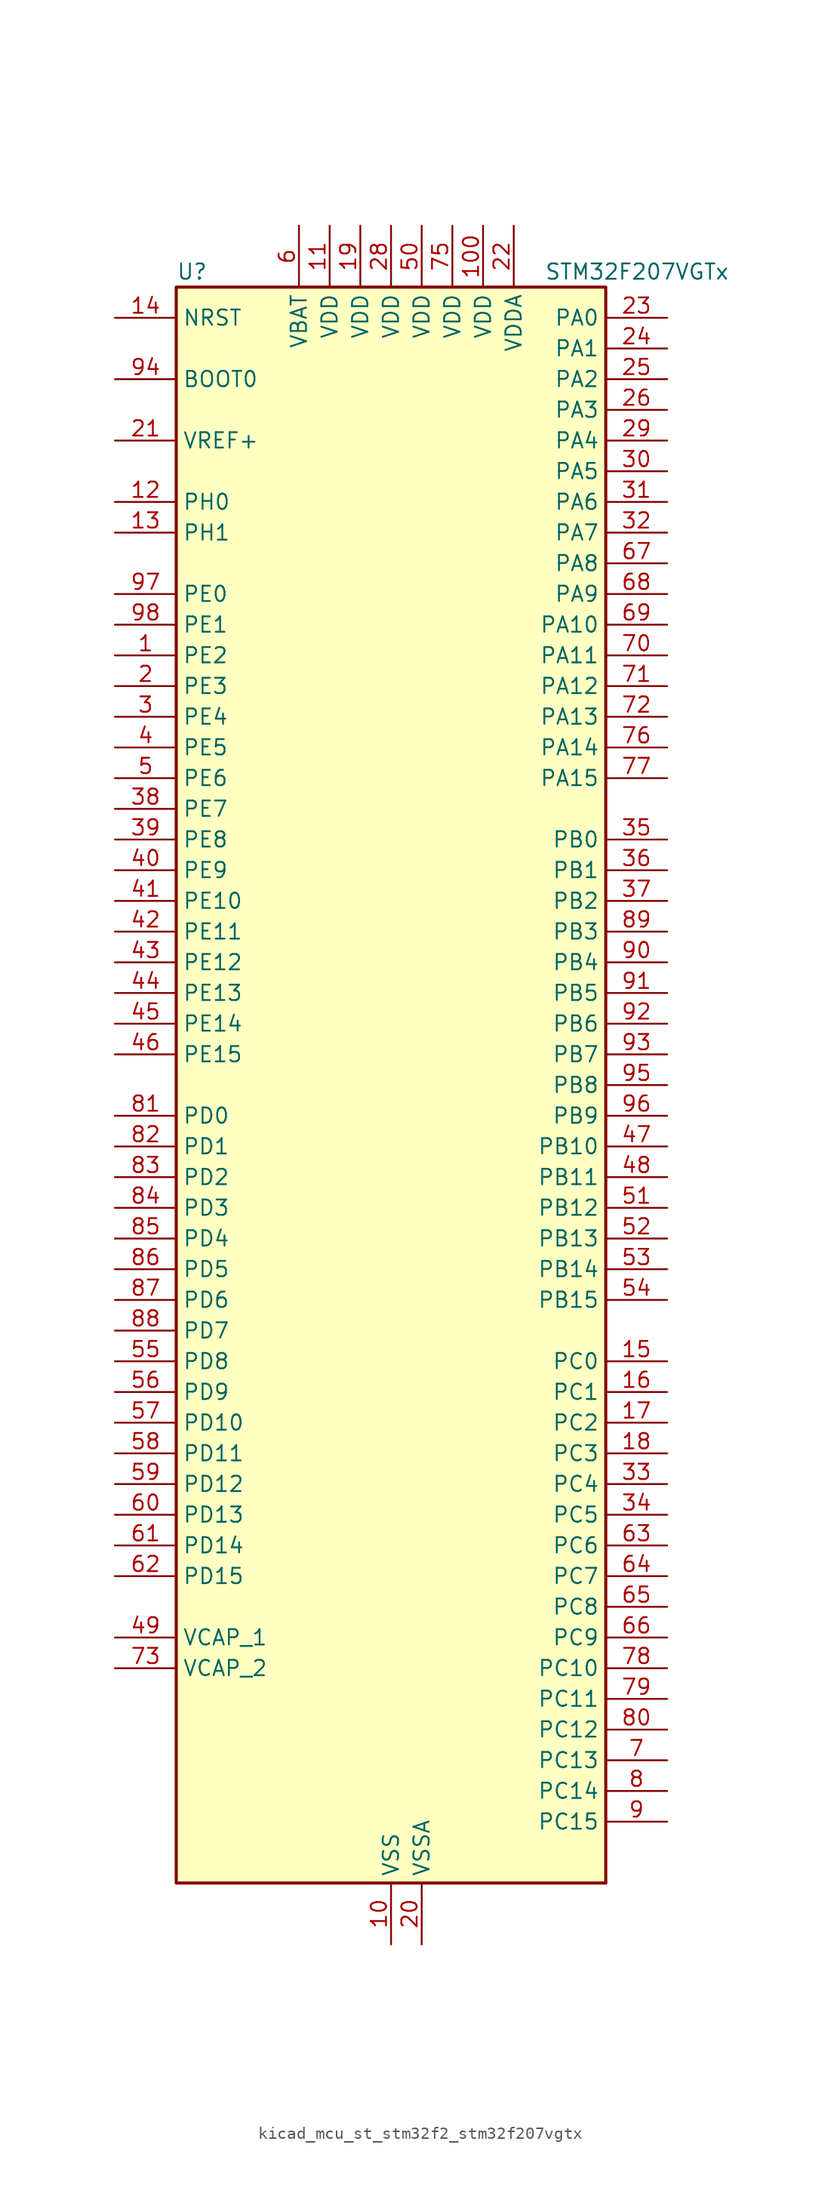
<source format=kicad_sym>
(kicad_symbol_lib
  (version 20220914)
  (generator kicad_symbol_editor)
  (symbol "kicad_mcu_st_stm32f2_stm32f207vgtx"
    (property "Reference" "U"
      (at -17.78 67.31 0)
      (effects (font (size 1.27 1.27)) (justify left)))
    (property "Value" "STM32F207VGTx"
      (at 12.7 67.31 0)
      (effects (font (size 1.27 1.27)) (justify left)))
    (property "ki_locked" ""
      (at 0 0 0)
      (effects (font (size 1.27 1.27))))
    (symbol "kicad_mcu_st_stm32f2_stm32f207vgtx_0_1"
      (rectangle (start -17.78 -66.04) (end 17.78 66.04) (stroke (width 0.254) (type default)) (fill (type background))))
    (symbol "kicad_mcu_st_stm32f2_stm32f207vgtx_1_1"
      (pin bidirectional line (at -22.86 35.56 0) (length 5.08) (name "PE2" (effects (font (size 1.27 1.27)))) (number "1" (effects (font (size 1.27 1.27)))) (alternate "ETH_TXD3" bidirectional line) (alternate "FSMC_A23" bidirectional line) (alternate "SYS_TRACECLK" bidirectional line))
      (pin power_in line (at 0 -71.12 90) (length 5.08) (name "VSS" (effects (font (size 1.27 1.27)))) (number "10" (effects (font (size 1.27 1.27)))))
      (pin power_in line (at 7.62 71.12 270) (length 5.08) (name "VDD" (effects (font (size 1.27 1.27)))) (number "100" (effects (font (size 1.27 1.27)))))
      (pin power_in line (at -5.08 71.12 270) (length 5.08) (name "VDD" (effects (font (size 1.27 1.27)))) (number "11" (effects (font (size 1.27 1.27)))))
      (pin bidirectional line (at -22.86 48.26 0) (length 5.08) (name "PH0" (effects (font (size 1.27 1.27)))) (number "12" (effects (font (size 1.27 1.27)))) (alternate "RCC_OSC_IN" bidirectional line))
      (pin bidirectional line (at -22.86 45.72 0) (length 5.08) (name "PH1" (effects (font (size 1.27 1.27)))) (number "13" (effects (font (size 1.27 1.27)))) (alternate "RCC_OSC_OUT" bidirectional line))
      (pin input line (at -22.86 63.5 0) (length 5.08) (name "NRST" (effects (font (size 1.27 1.27)))) (number "14" (effects (font (size 1.27 1.27)))))
      (pin bidirectional line (at 22.86 -22.86 180) (length 5.08) (name "PC0" (effects (font (size 1.27 1.27)))) (number "15" (effects (font (size 1.27 1.27)))) (alternate "ADC1_IN10" bidirectional line) (alternate "ADC2_IN10" bidirectional line) (alternate "ADC3_IN10" bidirectional line) (alternate "USB_OTG_HS_ULPI_STP" bidirectional line))
      (pin bidirectional line (at 22.86 -25.4 180) (length 5.08) (name "PC1" (effects (font (size 1.27 1.27)))) (number "16" (effects (font (size 1.27 1.27)))) (alternate "ADC1_IN11" bidirectional line) (alternate "ADC2_IN11" bidirectional line) (alternate "ADC3_IN11" bidirectional line) (alternate "ETH_MDC" bidirectional line))
      (pin bidirectional line (at 22.86 -27.94 180) (length 5.08) (name "PC2" (effects (font (size 1.27 1.27)))) (number "17" (effects (font (size 1.27 1.27)))) (alternate "ADC1_IN12" bidirectional line) (alternate "ADC2_IN12" bidirectional line) (alternate "ADC3_IN12" bidirectional line) (alternate "ETH_TXD2" bidirectional line) (alternate "SPI2_MISO" bidirectional line) (alternate "USB_OTG_HS_ULPI_DIR" bidirectional line))
      (pin bidirectional line (at 22.86 -30.48 180) (length 5.08) (name "PC3" (effects (font (size 1.27 1.27)))) (number "18" (effects (font (size 1.27 1.27)))) (alternate "ADC1_IN13" bidirectional line) (alternate "ADC2_IN13" bidirectional line) (alternate "ADC3_IN13" bidirectional line) (alternate "ETH_TX_CLK" bidirectional line) (alternate "I2S2_SD" bidirectional line) (alternate "SPI2_MOSI" bidirectional line) (alternate "USB_OTG_HS_ULPI_NXT" bidirectional line))
      (pin power_in line (at -2.54 71.12 270) (length 5.08) (name "VDD" (effects (font (size 1.27 1.27)))) (number "19" (effects (font (size 1.27 1.27)))))
      (pin bidirectional line (at -22.86 33.02 0) (length 5.08) (name "PE3" (effects (font (size 1.27 1.27)))) (number "2" (effects (font (size 1.27 1.27)))) (alternate "FSMC_A19" bidirectional line) (alternate "SYS_TRACED0" bidirectional line))
      (pin power_in line (at 2.54 -71.12 90) (length 5.08) (name "VSSA" (effects (font (size 1.27 1.27)))) (number "20" (effects (font (size 1.27 1.27)))))
      (pin input line (at -22.86 53.34 0) (length 5.08) (name "VREF+" (effects (font (size 1.27 1.27)))) (number "21" (effects (font (size 1.27 1.27)))))
      (pin power_in line (at 10.16 71.12 270) (length 5.08) (name "VDDA" (effects (font (size 1.27 1.27)))) (number "22" (effects (font (size 1.27 1.27)))))
      (pin bidirectional line (at 22.86 63.5 180) (length 5.08) (name "PA0" (effects (font (size 1.27 1.27)))) (number "23" (effects (font (size 1.27 1.27)))) (alternate "ADC1_IN0" bidirectional line) (alternate "ADC2_IN0" bidirectional line) (alternate "ADC3_IN0" bidirectional line) (alternate "ETH_CRS" bidirectional line) (alternate "SYS_WKUP" bidirectional line) (alternate "TIM2_CH1" bidirectional line) (alternate "TIM2_ETR" bidirectional line) (alternate "TIM5_CH1" bidirectional line) (alternate "TIM8_ETR" bidirectional line) (alternate "UART4_TX" bidirectional line) (alternate "USART2_CTS" bidirectional line))
      (pin bidirectional line (at 22.86 60.96 180) (length 5.08) (name "PA1" (effects (font (size 1.27 1.27)))) (number "24" (effects (font (size 1.27 1.27)))) (alternate "ADC1_IN1" bidirectional line) (alternate "ADC2_IN1" bidirectional line) (alternate "ADC3_IN1" bidirectional line) (alternate "ETH_REF_CLK" bidirectional line) (alternate "ETH_RX_CLK" bidirectional line) (alternate "TIM2_CH2" bidirectional line) (alternate "TIM5_CH2" bidirectional line) (alternate "UART4_RX" bidirectional line) (alternate "USART2_RTS" bidirectional line))
      (pin bidirectional line (at 22.86 58.42 180) (length 5.08) (name "PA2" (effects (font (size 1.27 1.27)))) (number "25" (effects (font (size 1.27 1.27)))) (alternate "ADC1_IN2" bidirectional line) (alternate "ADC2_IN2" bidirectional line) (alternate "ADC3_IN2" bidirectional line) (alternate "ETH_MDIO" bidirectional line) (alternate "TIM2_CH3" bidirectional line) (alternate "TIM5_CH3" bidirectional line) (alternate "TIM9_CH1" bidirectional line) (alternate "USART2_TX" bidirectional line))
      (pin bidirectional line (at 22.86 55.88 180) (length 5.08) (name "PA3" (effects (font (size 1.27 1.27)))) (number "26" (effects (font (size 1.27 1.27)))) (alternate "ADC1_IN3" bidirectional line) (alternate "ADC2_IN3" bidirectional line) (alternate "ADC3_IN3" bidirectional line) (alternate "ETH_COL" bidirectional line) (alternate "TIM2_CH4" bidirectional line) (alternate "TIM5_CH4" bidirectional line) (alternate "TIM9_CH2" bidirectional line) (alternate "USART2_RX" bidirectional line) (alternate "USB_OTG_HS_ULPI_D0" bidirectional line))
      (pin passive line (at 0 -71.12 90) (length 5.08) hide (name "VSS" (effects (font (size 1.27 1.27)))) (number "27" (effects (font (size 1.27 1.27)))))
      (pin power_in line (at 0 71.12 270) (length 5.08) (name "VDD" (effects (font (size 1.27 1.27)))) (number "28" (effects (font (size 1.27 1.27)))))
      (pin bidirectional line (at 22.86 53.34 180) (length 5.08) (name "PA4" (effects (font (size 1.27 1.27)))) (number "29" (effects (font (size 1.27 1.27)))) (alternate "ADC1_IN4" bidirectional line) (alternate "ADC2_IN4" bidirectional line) (alternate "DAC_OUT1" bidirectional line) (alternate "DCMI_HSYNC" bidirectional line) (alternate "I2S3_WS" bidirectional line) (alternate "SPI1_NSS" bidirectional line) (alternate "SPI3_NSS" bidirectional line) (alternate "USART2_CK" bidirectional line) (alternate "USB_OTG_HS_SOF" bidirectional line))
      (pin bidirectional line (at -22.86 30.48 0) (length 5.08) (name "PE4" (effects (font (size 1.27 1.27)))) (number "3" (effects (font (size 1.27 1.27)))) (alternate "DCMI_D4" bidirectional line) (alternate "FSMC_A20" bidirectional line) (alternate "SYS_TRACED1" bidirectional line))
      (pin bidirectional line (at 22.86 50.8 180) (length 5.08) (name "PA5" (effects (font (size 1.27 1.27)))) (number "30" (effects (font (size 1.27 1.27)))) (alternate "ADC1_IN5" bidirectional line) (alternate "ADC2_IN5" bidirectional line) (alternate "DAC_OUT2" bidirectional line) (alternate "SPI1_SCK" bidirectional line) (alternate "TIM2_CH1" bidirectional line) (alternate "TIM2_ETR" bidirectional line) (alternate "TIM8_CH1N" bidirectional line) (alternate "USB_OTG_HS_ULPI_CK" bidirectional line))
      (pin bidirectional line (at 22.86 48.26 180) (length 5.08) (name "PA6" (effects (font (size 1.27 1.27)))) (number "31" (effects (font (size 1.27 1.27)))) (alternate "ADC1_IN6" bidirectional line) (alternate "ADC2_IN6" bidirectional line) (alternate "DCMI_PIXCLK" bidirectional line) (alternate "SPI1_MISO" bidirectional line) (alternate "TIM13_CH1" bidirectional line) (alternate "TIM1_BKIN" bidirectional line) (alternate "TIM3_CH1" bidirectional line) (alternate "TIM8_BKIN" bidirectional line))
      (pin bidirectional line (at 22.86 45.72 180) (length 5.08) (name "PA7" (effects (font (size 1.27 1.27)))) (number "32" (effects (font (size 1.27 1.27)))) (alternate "ADC1_IN7" bidirectional line) (alternate "ADC2_IN7" bidirectional line) (alternate "ETH_CRS_DV" bidirectional line) (alternate "ETH_RX_DV" bidirectional line) (alternate "SPI1_MOSI" bidirectional line) (alternate "TIM14_CH1" bidirectional line) (alternate "TIM1_CH1N" bidirectional line) (alternate "TIM3_CH2" bidirectional line) (alternate "TIM8_CH1N" bidirectional line))
      (pin bidirectional line (at 22.86 -33.02 180) (length 5.08) (name "PC4" (effects (font (size 1.27 1.27)))) (number "33" (effects (font (size 1.27 1.27)))) (alternate "ADC1_IN14" bidirectional line) (alternate "ADC2_IN14" bidirectional line) (alternate "ETH_RXD0" bidirectional line))
      (pin bidirectional line (at 22.86 -35.56 180) (length 5.08) (name "PC5" (effects (font (size 1.27 1.27)))) (number "34" (effects (font (size 1.27 1.27)))) (alternate "ADC1_IN15" bidirectional line) (alternate "ADC2_IN15" bidirectional line) (alternate "ETH_RXD1" bidirectional line))
      (pin bidirectional line (at 22.86 20.32 180) (length 5.08) (name "PB0" (effects (font (size 1.27 1.27)))) (number "35" (effects (font (size 1.27 1.27)))) (alternate "ADC1_IN8" bidirectional line) (alternate "ADC2_IN8" bidirectional line) (alternate "ETH_RXD2" bidirectional line) (alternate "TIM1_CH2N" bidirectional line) (alternate "TIM3_CH3" bidirectional line) (alternate "TIM8_CH2N" bidirectional line) (alternate "USB_OTG_HS_ULPI_D1" bidirectional line))
      (pin bidirectional line (at 22.86 17.78 180) (length 5.08) (name "PB1" (effects (font (size 1.27 1.27)))) (number "36" (effects (font (size 1.27 1.27)))) (alternate "ADC1_IN9" bidirectional line) (alternate "ADC2_IN9" bidirectional line) (alternate "ETH_RXD3" bidirectional line) (alternate "TIM1_CH3N" bidirectional line) (alternate "TIM3_CH4" bidirectional line) (alternate "TIM8_CH3N" bidirectional line) (alternate "USB_OTG_HS_ULPI_D2" bidirectional line))
      (pin bidirectional line (at 22.86 15.24 180) (length 5.08) (name "PB2" (effects (font (size 1.27 1.27)))) (number "37" (effects (font (size 1.27 1.27)))))
      (pin bidirectional line (at -22.86 22.86 0) (length 5.08) (name "PE7" (effects (font (size 1.27 1.27)))) (number "38" (effects (font (size 1.27 1.27)))) (alternate "FSMC_D4" bidirectional line) (alternate "FSMC_DA4" bidirectional line) (alternate "TIM1_ETR" bidirectional line))
      (pin bidirectional line (at -22.86 20.32 0) (length 5.08) (name "PE8" (effects (font (size 1.27 1.27)))) (number "39" (effects (font (size 1.27 1.27)))) (alternate "FSMC_D5" bidirectional line) (alternate "FSMC_DA5" bidirectional line) (alternate "TIM1_CH1N" bidirectional line))
      (pin bidirectional line (at -22.86 27.94 0) (length 5.08) (name "PE5" (effects (font (size 1.27 1.27)))) (number "4" (effects (font (size 1.27 1.27)))) (alternate "DCMI_D6" bidirectional line) (alternate "FSMC_A21" bidirectional line) (alternate "SYS_TRACED2" bidirectional line) (alternate "TIM9_CH1" bidirectional line))
      (pin bidirectional line (at -22.86 17.78 0) (length 5.08) (name "PE9" (effects (font (size 1.27 1.27)))) (number "40" (effects (font (size 1.27 1.27)))) (alternate "DAC_EXTI9" bidirectional line) (alternate "FSMC_D6" bidirectional line) (alternate "FSMC_DA6" bidirectional line) (alternate "TIM1_CH1" bidirectional line))
      (pin bidirectional line (at -22.86 15.24 0) (length 5.08) (name "PE10" (effects (font (size 1.27 1.27)))) (number "41" (effects (font (size 1.27 1.27)))) (alternate "FSMC_D7" bidirectional line) (alternate "FSMC_DA7" bidirectional line) (alternate "TIM1_CH2N" bidirectional line))
      (pin bidirectional line (at -22.86 12.7 0) (length 5.08) (name "PE11" (effects (font (size 1.27 1.27)))) (number "42" (effects (font (size 1.27 1.27)))) (alternate "ADC1_EXTI11" bidirectional line) (alternate "ADC2_EXTI11" bidirectional line) (alternate "ADC3_EXTI11" bidirectional line) (alternate "FSMC_D8" bidirectional line) (alternate "FSMC_DA8" bidirectional line) (alternate "TIM1_CH2" bidirectional line))
      (pin bidirectional line (at -22.86 10.16 0) (length 5.08) (name "PE12" (effects (font (size 1.27 1.27)))) (number "43" (effects (font (size 1.27 1.27)))) (alternate "FSMC_D9" bidirectional line) (alternate "FSMC_DA9" bidirectional line) (alternate "TIM1_CH3N" bidirectional line))
      (pin bidirectional line (at -22.86 7.62 0) (length 5.08) (name "PE13" (effects (font (size 1.27 1.27)))) (number "44" (effects (font (size 1.27 1.27)))) (alternate "FSMC_D10" bidirectional line) (alternate "FSMC_DA10" bidirectional line) (alternate "TIM1_CH3" bidirectional line))
      (pin bidirectional line (at -22.86 5.08 0) (length 5.08) (name "PE14" (effects (font (size 1.27 1.27)))) (number "45" (effects (font (size 1.27 1.27)))) (alternate "FSMC_D11" bidirectional line) (alternate "FSMC_DA11" bidirectional line) (alternate "TIM1_CH4" bidirectional line))
      (pin bidirectional line (at -22.86 2.54 0) (length 5.08) (name "PE15" (effects (font (size 1.27 1.27)))) (number "46" (effects (font (size 1.27 1.27)))) (alternate "ADC1_EXTI15" bidirectional line) (alternate "ADC2_EXTI15" bidirectional line) (alternate "ADC3_EXTI15" bidirectional line) (alternate "FSMC_D12" bidirectional line) (alternate "FSMC_DA12" bidirectional line) (alternate "TIM1_BKIN" bidirectional line))
      (pin bidirectional line (at 22.86 -5.08 180) (length 5.08) (name "PB10" (effects (font (size 1.27 1.27)))) (number "47" (effects (font (size 1.27 1.27)))) (alternate "ETH_RX_ER" bidirectional line) (alternate "I2C2_SCL" bidirectional line) (alternate "I2S2_SCK" bidirectional line) (alternate "SPI2_SCK" bidirectional line) (alternate "TIM2_CH3" bidirectional line) (alternate "USART3_TX" bidirectional line) (alternate "USB_OTG_HS_ULPI_D3" bidirectional line))
      (pin bidirectional line (at 22.86 -7.62 180) (length 5.08) (name "PB11" (effects (font (size 1.27 1.27)))) (number "48" (effects (font (size 1.27 1.27)))) (alternate "ADC1_EXTI11" bidirectional line) (alternate "ADC2_EXTI11" bidirectional line) (alternate "ADC3_EXTI11" bidirectional line) (alternate "ETH_TX_EN" bidirectional line) (alternate "I2C2_SDA" bidirectional line) (alternate "TIM2_CH4" bidirectional line) (alternate "USART3_RX" bidirectional line) (alternate "USB_OTG_HS_ULPI_D4" bidirectional line))
      (pin power_out line (at -22.86 -45.72 0) (length 5.08) (name "VCAP_1" (effects (font (size 1.27 1.27)))) (number "49" (effects (font (size 1.27 1.27)))))
      (pin bidirectional line (at -22.86 25.4 0) (length 5.08) (name "PE6" (effects (font (size 1.27 1.27)))) (number "5" (effects (font (size 1.27 1.27)))) (alternate "DCMI_D7" bidirectional line) (alternate "FSMC_A22" bidirectional line) (alternate "SYS_TRACED3" bidirectional line) (alternate "TIM9_CH2" bidirectional line))
      (pin power_in line (at 2.54 71.12 270) (length 5.08) (name "VDD" (effects (font (size 1.27 1.27)))) (number "50" (effects (font (size 1.27 1.27)))))
      (pin bidirectional line (at 22.86 -10.16 180) (length 5.08) (name "PB12" (effects (font (size 1.27 1.27)))) (number "51" (effects (font (size 1.27 1.27)))) (alternate "CAN2_RX" bidirectional line) (alternate "ETH_TXD0" bidirectional line) (alternate "I2C2_SMBA" bidirectional line) (alternate "I2S2_WS" bidirectional line) (alternate "SPI2_NSS" bidirectional line) (alternate "TIM1_BKIN" bidirectional line) (alternate "USART3_CK" bidirectional line) (alternate "USB_OTG_HS_ID" bidirectional line) (alternate "USB_OTG_HS_ULPI_D5" bidirectional line))
      (pin bidirectional line (at 22.86 -12.7 180) (length 5.08) (name "PB13" (effects (font (size 1.27 1.27)))) (number "52" (effects (font (size 1.27 1.27)))) (alternate "CAN2_TX" bidirectional line) (alternate "ETH_TXD1" bidirectional line) (alternate "I2S2_SCK" bidirectional line) (alternate "SPI2_SCK" bidirectional line) (alternate "TIM1_CH1N" bidirectional line) (alternate "USART3_CTS" bidirectional line) (alternate "USB_OTG_HS_ULPI_D6" bidirectional line) (alternate "USB_OTG_HS_VBUS" bidirectional line))
      (pin bidirectional line (at 22.86 -15.24 180) (length 5.08) (name "PB14" (effects (font (size 1.27 1.27)))) (number "53" (effects (font (size 1.27 1.27)))) (alternate "SPI2_MISO" bidirectional line) (alternate "TIM12_CH1" bidirectional line) (alternate "TIM1_CH2N" bidirectional line) (alternate "TIM8_CH2N" bidirectional line) (alternate "USART3_RTS" bidirectional line) (alternate "USB_OTG_HS_DM" bidirectional line))
      (pin bidirectional line (at 22.86 -17.78 180) (length 5.08) (name "PB15" (effects (font (size 1.27 1.27)))) (number "54" (effects (font (size 1.27 1.27)))) (alternate "ADC1_EXTI15" bidirectional line) (alternate "ADC2_EXTI15" bidirectional line) (alternate "ADC3_EXTI15" bidirectional line) (alternate "I2S2_SD" bidirectional line) (alternate "RTC_REFIN" bidirectional line) (alternate "SPI2_MOSI" bidirectional line) (alternate "TIM12_CH2" bidirectional line) (alternate "TIM1_CH3N" bidirectional line) (alternate "TIM8_CH3N" bidirectional line) (alternate "USB_OTG_HS_DP" bidirectional line))
      (pin bidirectional line (at -22.86 -22.86 0) (length 5.08) (name "PD8" (effects (font (size 1.27 1.27)))) (number "55" (effects (font (size 1.27 1.27)))) (alternate "FSMC_D13" bidirectional line) (alternate "FSMC_DA13" bidirectional line) (alternate "USART3_TX" bidirectional line))
      (pin bidirectional line (at -22.86 -25.4 0) (length 5.08) (name "PD9" (effects (font (size 1.27 1.27)))) (number "56" (effects (font (size 1.27 1.27)))) (alternate "DAC_EXTI9" bidirectional line) (alternate "FSMC_D14" bidirectional line) (alternate "FSMC_DA14" bidirectional line) (alternate "USART3_RX" bidirectional line))
      (pin bidirectional line (at -22.86 -27.94 0) (length 5.08) (name "PD10" (effects (font (size 1.27 1.27)))) (number "57" (effects (font (size 1.27 1.27)))) (alternate "FSMC_D15" bidirectional line) (alternate "FSMC_DA15" bidirectional line) (alternate "USART3_CK" bidirectional line))
      (pin bidirectional line (at -22.86 -30.48 0) (length 5.08) (name "PD11" (effects (font (size 1.27 1.27)))) (number "58" (effects (font (size 1.27 1.27)))) (alternate "ADC1_EXTI11" bidirectional line) (alternate "ADC2_EXTI11" bidirectional line) (alternate "ADC3_EXTI11" bidirectional line) (alternate "FSMC_A16" bidirectional line) (alternate "FSMC_CLE" bidirectional line) (alternate "USART3_CTS" bidirectional line))
      (pin bidirectional line (at -22.86 -33.02 0) (length 5.08) (name "PD12" (effects (font (size 1.27 1.27)))) (number "59" (effects (font (size 1.27 1.27)))) (alternate "FSMC_A17" bidirectional line) (alternate "FSMC_ALE" bidirectional line) (alternate "TIM4_CH1" bidirectional line) (alternate "USART3_RTS" bidirectional line))
      (pin power_in line (at -7.62 71.12 270) (length 5.08) (name "VBAT" (effects (font (size 1.27 1.27)))) (number "6" (effects (font (size 1.27 1.27)))))
      (pin bidirectional line (at -22.86 -35.56 0) (length 5.08) (name "PD13" (effects (font (size 1.27 1.27)))) (number "60" (effects (font (size 1.27 1.27)))) (alternate "FSMC_A18" bidirectional line) (alternate "TIM4_CH2" bidirectional line))
      (pin bidirectional line (at -22.86 -38.1 0) (length 5.08) (name "PD14" (effects (font (size 1.27 1.27)))) (number "61" (effects (font (size 1.27 1.27)))) (alternate "FSMC_D0" bidirectional line) (alternate "FSMC_DA0" bidirectional line) (alternate "TIM4_CH3" bidirectional line))
      (pin bidirectional line (at -22.86 -40.64 0) (length 5.08) (name "PD15" (effects (font (size 1.27 1.27)))) (number "62" (effects (font (size 1.27 1.27)))) (alternate "ADC1_EXTI15" bidirectional line) (alternate "ADC2_EXTI15" bidirectional line) (alternate "ADC3_EXTI15" bidirectional line) (alternate "FSMC_D1" bidirectional line) (alternate "FSMC_DA1" bidirectional line) (alternate "TIM4_CH4" bidirectional line))
      (pin bidirectional line (at 22.86 -38.1 180) (length 5.08) (name "PC6" (effects (font (size 1.27 1.27)))) (number "63" (effects (font (size 1.27 1.27)))) (alternate "DCMI_D0" bidirectional line) (alternate "I2S2_MCK" bidirectional line) (alternate "SDIO_D6" bidirectional line) (alternate "TIM3_CH1" bidirectional line) (alternate "TIM8_CH1" bidirectional line) (alternate "USART6_TX" bidirectional line))
      (pin bidirectional line (at 22.86 -40.64 180) (length 5.08) (name "PC7" (effects (font (size 1.27 1.27)))) (number "64" (effects (font (size 1.27 1.27)))) (alternate "DCMI_D1" bidirectional line) (alternate "I2S3_MCK" bidirectional line) (alternate "SDIO_D7" bidirectional line) (alternate "TIM3_CH2" bidirectional line) (alternate "TIM8_CH2" bidirectional line) (alternate "USART6_RX" bidirectional line))
      (pin bidirectional line (at 22.86 -43.18 180) (length 5.08) (name "PC8" (effects (font (size 1.27 1.27)))) (number "65" (effects (font (size 1.27 1.27)))) (alternate "DCMI_D2" bidirectional line) (alternate "SDIO_D0" bidirectional line) (alternate "TIM3_CH3" bidirectional line) (alternate "TIM8_CH3" bidirectional line) (alternate "USART6_CK" bidirectional line))
      (pin bidirectional line (at 22.86 -45.72 180) (length 5.08) (name "PC9" (effects (font (size 1.27 1.27)))) (number "66" (effects (font (size 1.27 1.27)))) (alternate "DAC_EXTI9" bidirectional line) (alternate "DCMI_D3" bidirectional line) (alternate "I2C3_SDA" bidirectional line) (alternate "I2S_CKIN" bidirectional line) (alternate "RCC_MCO_2" bidirectional line) (alternate "SDIO_D1" bidirectional line) (alternate "TIM3_CH4" bidirectional line) (alternate "TIM8_CH4" bidirectional line))
      (pin bidirectional line (at 22.86 43.18 180) (length 5.08) (name "PA8" (effects (font (size 1.27 1.27)))) (number "67" (effects (font (size 1.27 1.27)))) (alternate "I2C3_SCL" bidirectional line) (alternate "RCC_MCO_1" bidirectional line) (alternate "TIM1_CH1" bidirectional line) (alternate "USART1_CK" bidirectional line) (alternate "USB_OTG_FS_SOF" bidirectional line))
      (pin bidirectional line (at 22.86 40.64 180) (length 5.08) (name "PA9" (effects (font (size 1.27 1.27)))) (number "68" (effects (font (size 1.27 1.27)))) (alternate "DAC_EXTI9" bidirectional line) (alternate "DCMI_D0" bidirectional line) (alternate "I2C3_SMBA" bidirectional line) (alternate "TIM1_CH2" bidirectional line) (alternate "USART1_TX" bidirectional line) (alternate "USB_OTG_FS_VBUS" bidirectional line))
      (pin bidirectional line (at 22.86 38.1 180) (length 5.08) (name "PA10" (effects (font (size 1.27 1.27)))) (number "69" (effects (font (size 1.27 1.27)))) (alternate "DCMI_D1" bidirectional line) (alternate "TIM1_CH3" bidirectional line) (alternate "USART1_RX" bidirectional line) (alternate "USB_OTG_FS_ID" bidirectional line))
      (pin bidirectional line (at 22.86 -55.88 180) (length 5.08) (name "PC13" (effects (font (size 1.27 1.27)))) (number "7" (effects (font (size 1.27 1.27)))) (alternate "RTC_AF1" bidirectional line))
      (pin bidirectional line (at 22.86 35.56 180) (length 5.08) (name "PA11" (effects (font (size 1.27 1.27)))) (number "70" (effects (font (size 1.27 1.27)))) (alternate "ADC1_EXTI11" bidirectional line) (alternate "ADC2_EXTI11" bidirectional line) (alternate "ADC3_EXTI11" bidirectional line) (alternate "CAN1_RX" bidirectional line) (alternate "TIM1_CH4" bidirectional line) (alternate "USART1_CTS" bidirectional line) (alternate "USB_OTG_FS_DM" bidirectional line))
      (pin bidirectional line (at 22.86 33.02 180) (length 5.08) (name "PA12" (effects (font (size 1.27 1.27)))) (number "71" (effects (font (size 1.27 1.27)))) (alternate "CAN1_TX" bidirectional line) (alternate "TIM1_ETR" bidirectional line) (alternate "USART1_RTS" bidirectional line) (alternate "USB_OTG_FS_DP" bidirectional line))
      (pin bidirectional line (at 22.86 30.48 180) (length 5.08) (name "PA13" (effects (font (size 1.27 1.27)))) (number "72" (effects (font (size 1.27 1.27)))) (alternate "SYS_JTMS-SWDIO" bidirectional line))
      (pin power_out line (at -22.86 -48.26 0) (length 5.08) (name "VCAP_2" (effects (font (size 1.27 1.27)))) (number "73" (effects (font (size 1.27 1.27)))))
      (pin passive line (at 0 -71.12 90) (length 5.08) hide (name "VSS" (effects (font (size 1.27 1.27)))) (number "74" (effects (font (size 1.27 1.27)))))
      (pin power_in line (at 5.08 71.12 270) (length 5.08) (name "VDD" (effects (font (size 1.27 1.27)))) (number "75" (effects (font (size 1.27 1.27)))))
      (pin bidirectional line (at 22.86 27.94 180) (length 5.08) (name "PA14" (effects (font (size 1.27 1.27)))) (number "76" (effects (font (size 1.27 1.27)))) (alternate "SYS_JTCK-SWCLK" bidirectional line))
      (pin bidirectional line (at 22.86 25.4 180) (length 5.08) (name "PA15" (effects (font (size 1.27 1.27)))) (number "77" (effects (font (size 1.27 1.27)))) (alternate "ADC1_EXTI15" bidirectional line) (alternate "ADC2_EXTI15" bidirectional line) (alternate "ADC3_EXTI15" bidirectional line) (alternate "I2S3_WS" bidirectional line) (alternate "SPI1_NSS" bidirectional line) (alternate "SPI3_NSS" bidirectional line) (alternate "SYS_JTDI" bidirectional line) (alternate "TIM2_CH1" bidirectional line) (alternate "TIM2_ETR" bidirectional line))
      (pin bidirectional line (at 22.86 -48.26 180) (length 5.08) (name "PC10" (effects (font (size 1.27 1.27)))) (number "78" (effects (font (size 1.27 1.27)))) (alternate "DCMI_D8" bidirectional line) (alternate "I2S3_SCK" bidirectional line) (alternate "SDIO_D2" bidirectional line) (alternate "SPI3_SCK" bidirectional line) (alternate "UART4_TX" bidirectional line) (alternate "USART3_TX" bidirectional line))
      (pin bidirectional line (at 22.86 -50.8 180) (length 5.08) (name "PC11" (effects (font (size 1.27 1.27)))) (number "79" (effects (font (size 1.27 1.27)))) (alternate "ADC1_EXTI11" bidirectional line) (alternate "ADC2_EXTI11" bidirectional line) (alternate "ADC3_EXTI11" bidirectional line) (alternate "DCMI_D4" bidirectional line) (alternate "SDIO_D3" bidirectional line) (alternate "SPI3_MISO" bidirectional line) (alternate "UART4_RX" bidirectional line) (alternate "USART3_RX" bidirectional line))
      (pin bidirectional line (at 22.86 -58.42 180) (length 5.08) (name "PC14" (effects (font (size 1.27 1.27)))) (number "8" (effects (font (size 1.27 1.27)))) (alternate "RCC_OSC32_IN" bidirectional line))
      (pin bidirectional line (at 22.86 -53.34 180) (length 5.08) (name "PC12" (effects (font (size 1.27 1.27)))) (number "80" (effects (font (size 1.27 1.27)))) (alternate "DCMI_D9" bidirectional line) (alternate "I2S3_SD" bidirectional line) (alternate "SDIO_CK" bidirectional line) (alternate "SPI3_MOSI" bidirectional line) (alternate "UART5_TX" bidirectional line) (alternate "USART3_CK" bidirectional line))
      (pin bidirectional line (at -22.86 -2.54 0) (length 5.08) (name "PD0" (effects (font (size 1.27 1.27)))) (number "81" (effects (font (size 1.27 1.27)))) (alternate "CAN1_RX" bidirectional line) (alternate "FSMC_D2" bidirectional line) (alternate "FSMC_DA2" bidirectional line))
      (pin bidirectional line (at -22.86 -5.08 0) (length 5.08) (name "PD1" (effects (font (size 1.27 1.27)))) (number "82" (effects (font (size 1.27 1.27)))) (alternate "CAN1_TX" bidirectional line) (alternate "FSMC_D3" bidirectional line) (alternate "FSMC_DA3" bidirectional line))
      (pin bidirectional line (at -22.86 -7.62 0) (length 5.08) (name "PD2" (effects (font (size 1.27 1.27)))) (number "83" (effects (font (size 1.27 1.27)))) (alternate "DCMI_D11" bidirectional line) (alternate "SDIO_CMD" bidirectional line) (alternate "TIM3_ETR" bidirectional line) (alternate "UART5_RX" bidirectional line))
      (pin bidirectional line (at -22.86 -10.16 0) (length 5.08) (name "PD3" (effects (font (size 1.27 1.27)))) (number "84" (effects (font (size 1.27 1.27)))) (alternate "FSMC_CLK" bidirectional line) (alternate "USART2_CTS" bidirectional line))
      (pin bidirectional line (at -22.86 -12.7 0) (length 5.08) (name "PD4" (effects (font (size 1.27 1.27)))) (number "85" (effects (font (size 1.27 1.27)))) (alternate "FSMC_NOE" bidirectional line) (alternate "USART2_RTS" bidirectional line))
      (pin bidirectional line (at -22.86 -15.24 0) (length 5.08) (name "PD5" (effects (font (size 1.27 1.27)))) (number "86" (effects (font (size 1.27 1.27)))) (alternate "FSMC_NWE" bidirectional line) (alternate "USART2_TX" bidirectional line))
      (pin bidirectional line (at -22.86 -17.78 0) (length 5.08) (name "PD6" (effects (font (size 1.27 1.27)))) (number "87" (effects (font (size 1.27 1.27)))) (alternate "FSMC_NWAIT" bidirectional line) (alternate "USART2_RX" bidirectional line))
      (pin bidirectional line (at -22.86 -20.32 0) (length 5.08) (name "PD7" (effects (font (size 1.27 1.27)))) (number "88" (effects (font (size 1.27 1.27)))) (alternate "FSMC_NCE2" bidirectional line) (alternate "FSMC_NE1" bidirectional line) (alternate "USART2_CK" bidirectional line))
      (pin bidirectional line (at 22.86 12.7 180) (length 5.08) (name "PB3" (effects (font (size 1.27 1.27)))) (number "89" (effects (font (size 1.27 1.27)))) (alternate "I2S3_SCK" bidirectional line) (alternate "SPI1_SCK" bidirectional line) (alternate "SPI3_SCK" bidirectional line) (alternate "SYS_JTDO-SWO" bidirectional line) (alternate "TIM2_CH2" bidirectional line))
      (pin bidirectional line (at 22.86 -60.96 180) (length 5.08) (name "PC15" (effects (font (size 1.27 1.27)))) (number "9" (effects (font (size 1.27 1.27)))) (alternate "ADC1_EXTI15" bidirectional line) (alternate "ADC2_EXTI15" bidirectional line) (alternate "ADC3_EXTI15" bidirectional line) (alternate "RCC_OSC32_OUT" bidirectional line))
      (pin bidirectional line (at 22.86 10.16 180) (length 5.08) (name "PB4" (effects (font (size 1.27 1.27)))) (number "90" (effects (font (size 1.27 1.27)))) (alternate "SPI1_MISO" bidirectional line) (alternate "SPI3_MISO" bidirectional line) (alternate "SYS_JTRST" bidirectional line) (alternate "TIM3_CH1" bidirectional line))
      (pin bidirectional line (at 22.86 7.62 180) (length 5.08) (name "PB5" (effects (font (size 1.27 1.27)))) (number "91" (effects (font (size 1.27 1.27)))) (alternate "CAN2_RX" bidirectional line) (alternate "DCMI_D10" bidirectional line) (alternate "ETH_PPS_OUT" bidirectional line) (alternate "I2C1_SMBA" bidirectional line) (alternate "I2S3_SD" bidirectional line) (alternate "SPI1_MOSI" bidirectional line) (alternate "SPI3_MOSI" bidirectional line) (alternate "TIM3_CH2" bidirectional line) (alternate "USB_OTG_HS_ULPI_D7" bidirectional line))
      (pin bidirectional line (at 22.86 5.08 180) (length 5.08) (name "PB6" (effects (font (size 1.27 1.27)))) (number "92" (effects (font (size 1.27 1.27)))) (alternate "CAN2_TX" bidirectional line) (alternate "DCMI_D5" bidirectional line) (alternate "I2C1_SCL" bidirectional line) (alternate "TIM4_CH1" bidirectional line) (alternate "USART1_TX" bidirectional line))
      (pin bidirectional line (at 22.86 2.54 180) (length 5.08) (name "PB7" (effects (font (size 1.27 1.27)))) (number "93" (effects (font (size 1.27 1.27)))) (alternate "DCMI_VSYNC" bidirectional line) (alternate "FSMC_NL" bidirectional line) (alternate "I2C1_SDA" bidirectional line) (alternate "TIM4_CH2" bidirectional line) (alternate "USART1_RX" bidirectional line))
      (pin input line (at -22.86 58.42 0) (length 5.08) (name "BOOT0" (effects (font (size 1.27 1.27)))) (number "94" (effects (font (size 1.27 1.27)))))
      (pin bidirectional line (at 22.86 0 180) (length 5.08) (name "PB8" (effects (font (size 1.27 1.27)))) (number "95" (effects (font (size 1.27 1.27)))) (alternate "CAN1_RX" bidirectional line) (alternate "DCMI_D6" bidirectional line) (alternate "ETH_TXD3" bidirectional line) (alternate "I2C1_SCL" bidirectional line) (alternate "SDIO_D4" bidirectional line) (alternate "TIM10_CH1" bidirectional line) (alternate "TIM4_CH3" bidirectional line))
      (pin bidirectional line (at 22.86 -2.54 180) (length 5.08) (name "PB9" (effects (font (size 1.27 1.27)))) (number "96" (effects (font (size 1.27 1.27)))) (alternate "CAN1_TX" bidirectional line) (alternate "DAC_EXTI9" bidirectional line) (alternate "DCMI_D7" bidirectional line) (alternate "I2C1_SDA" bidirectional line) (alternate "I2S2_WS" bidirectional line) (alternate "SDIO_D5" bidirectional line) (alternate "SPI2_NSS" bidirectional line) (alternate "TIM11_CH1" bidirectional line) (alternate "TIM4_CH4" bidirectional line))
      (pin bidirectional line (at -22.86 40.64 0) (length 5.08) (name "PE0" (effects (font (size 1.27 1.27)))) (number "97" (effects (font (size 1.27 1.27)))) (alternate "DCMI_D2" bidirectional line) (alternate "FSMC_NBL0" bidirectional line) (alternate "TIM4_ETR" bidirectional line))
      (pin bidirectional line (at -22.86 38.1 0) (length 5.08) (name "PE1" (effects (font (size 1.27 1.27)))) (number "98" (effects (font (size 1.27 1.27)))) (alternate "DCMI_D3" bidirectional line) (alternate "FSMC_NBL1" bidirectional line))
      (pin no_connect line (at -17.78 -66.04 0) (length 5.08) hide (name "RFU" (effects (font (size 1.27 1.27)))) (number "99" (effects (font (size 1.27 1.27))))))))
</source>
